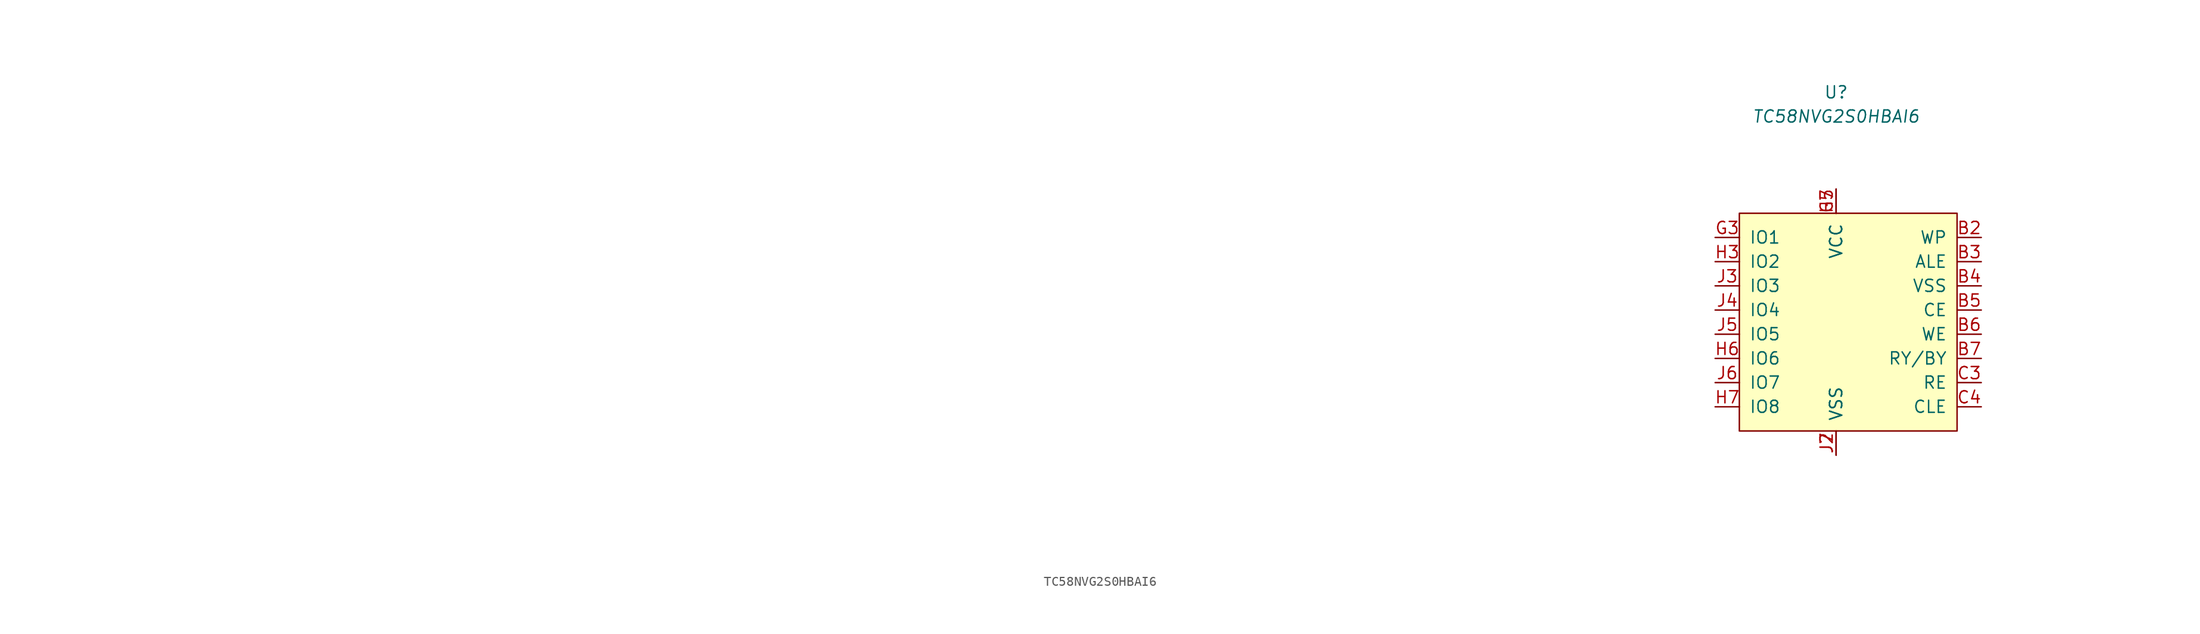
<source format=kicad_sym>
(kicad_symbol_lib
  (version 20231120)
  (generator "kicad_symbol_editor")
  (generator_version "8.0")
  (symbol "TC58NVG2S0HBAI6"
    (pin_names
      (offset 1.016))
    (property "Reference" "U"
      (at 0 22.86 0)
      (effects (font (size 1.27 1.27))))
    (property "Value" "TC58NVG2S0HBAI6"
      (at 0 20.32 0)
      (effects (font (size 1.27 1.27) (italic yes))))
    (symbol "TC58NVG2S0HBAI6_0_0"
      (pin no_connect line (at -170.18 -22.86 90) (length 2.54) hide (name "NC" (effects (font (size 1.27 1.27)))) (number "A2" (effects (font (size 1.27 1.27)))))
      (pin no_connect line (at -167.64 -22.86 90) (length 2.54) hide (name "NC" (effects (font (size 1.27 1.27)))) (number "A3" (effects (font (size 1.27 1.27)))))
      (pin no_connect line (at -165.1 -22.86 90) (length 2.54) hide (name "NC" (effects (font (size 1.27 1.27)))) (number "A6" (effects (font (size 1.27 1.27)))))
      (pin no_connect line (at -162.56 -22.86 90) (length 2.54) hide (name "NC" (effects (font (size 1.27 1.27)))) (number "A7" (effects (font (size 1.27 1.27)))))
      (pin no_connect line (at -160.02 -22.86 90) (length 2.54) hide (name "NC" (effects (font (size 1.27 1.27)))) (number "A8" (effects (font (size 1.27 1.27)))))
      (pin no_connect line (at -157.48 -22.86 90) (length 2.54) hide (name "NC" (effects (font (size 1.27 1.27)))) (number "B1" (effects (font (size 1.27 1.27)))))
      (pin input line (at 15.24 7.62 180) (length 2.54) (name "WP" (effects (font (size 1.27 1.27)))) (number "B2" (effects (font (size 1.27 1.27)))))
      (pin input line (at 15.24 5.08 180) (length 2.54) (name "ALE" (effects (font (size 1.27 1.27)))) (number "B3" (effects (font (size 1.27 1.27)))))
      (pin passive line (at 15.24 2.54 180) (length 2.54) (name "VSS" (effects (font (size 1.27 1.27)))) (number "B4" (effects (font (size 1.27 1.27)))))
      (pin input line (at 15.24 0 180) (length 2.54) (name "CE" (effects (font (size 1.27 1.27)))) (number "B5" (effects (font (size 1.27 1.27)))))
      (pin input line (at 15.24 -2.54 180) (length 2.54) (name "WE" (effects (font (size 1.27 1.27)))) (number "B6" (effects (font (size 1.27 1.27)))))
      (pin bidirectional line (at 15.24 -5.08 180) (length 2.54) (name "RY/BY" (effects (font (size 1.27 1.27)))) (number "B7" (effects (font (size 1.27 1.27)))))
      (pin no_connect line (at -154.94 -22.86 90) (length 2.54) hide (name "NC" (effects (font (size 1.27 1.27)))) (number "B8" (effects (font (size 1.27 1.27)))))
      (pin no_connect line (at -152.4 -22.86 90) (length 2.54) hide (name "NC" (effects (font (size 1.27 1.27)))) (number "C1" (effects (font (size 1.27 1.27)))))
      (pin no_connect line (at -149.86 -22.86 90) (length 2.54) hide (name "NC" (effects (font (size 1.27 1.27)))) (number "C2" (effects (font (size 1.27 1.27)))))
      (pin input line (at 15.24 -7.62 180) (length 2.54) (name "RE" (effects (font (size 1.27 1.27)))) (number "C3" (effects (font (size 1.27 1.27)))))
      (pin bidirectional line (at 15.24 -10.16 180) (length 2.54) (name "CLE" (effects (font (size 1.27 1.27)))) (number "C4" (effects (font (size 1.27 1.27)))))
      (pin no_connect line (at -147.32 -22.86 90) (length 2.54) hide (name "NC" (effects (font (size 1.27 1.27)))) (number "C5" (effects (font (size 1.27 1.27)))))
      (pin no_connect line (at -144.78 -22.86 90) (length 2.54) hide (name "NC" (effects (font (size 1.27 1.27)))) (number "C6" (effects (font (size 1.27 1.27)))))
      (pin no_connect line (at -142.24 -22.86 90) (length 2.54) hide (name "NC" (effects (font (size 1.27 1.27)))) (number "C7" (effects (font (size 1.27 1.27)))))
      (pin no_connect line (at -139.7 -22.86 90) (length 2.54) hide (name "NC" (effects (font (size 1.27 1.27)))) (number "C8" (effects (font (size 1.27 1.27)))))
      (pin no_connect line (at -137.16 -22.86 90) (length 2.54) hide (name "NC" (effects (font (size 1.27 1.27)))) (number "D2" (effects (font (size 1.27 1.27)))))
      (pin no_connect line (at -134.62 -22.86 90) (length 2.54) hide (name "NC" (effects (font (size 1.27 1.27)))) (number "D3" (effects (font (size 1.27 1.27)))))
      (pin no_connect line (at -132.08 -22.86 90) (length 2.54) hide (name "NC" (effects (font (size 1.27 1.27)))) (number "D4" (effects (font (size 1.27 1.27)))))
      (pin no_connect line (at -129.54 -22.86 90) (length 2.54) hide (name "NC" (effects (font (size 1.27 1.27)))) (number "D5" (effects (font (size 1.27 1.27)))))
      (pin no_connect line (at -127 -22.86 90) (length 2.54) hide (name "NC" (effects (font (size 1.27 1.27)))) (number "D6" (effects (font (size 1.27 1.27)))))
      (pin no_connect line (at -124.46 -22.86 90) (length 2.54) hide (name "NC" (effects (font (size 1.27 1.27)))) (number "D7" (effects (font (size 1.27 1.27)))))
      (pin no_connect line (at -121.92 -22.86 90) (length 2.54) hide (name "NC" (effects (font (size 1.27 1.27)))) (number "E2" (effects (font (size 1.27 1.27)))))
      (pin no_connect line (at -119.38 -22.86 90) (length 2.54) hide (name "NC" (effects (font (size 1.27 1.27)))) (number "E3" (effects (font (size 1.27 1.27)))))
      (pin no_connect line (at -116.84 -22.86 90) (length 2.54) hide (name "NC" (effects (font (size 1.27 1.27)))) (number "E4" (effects (font (size 1.27 1.27)))))
      (pin no_connect line (at -114.3 -22.86 90) (length 2.54) hide (name "NC" (effects (font (size 1.27 1.27)))) (number "E5" (effects (font (size 1.27 1.27)))))
      (pin no_connect line (at -111.76 -22.86 90) (length 2.54) hide (name "NC" (effects (font (size 1.27 1.27)))) (number "E6" (effects (font (size 1.27 1.27)))))
      (pin no_connect line (at -109.22 -22.86 90) (length 2.54) hide (name "NC" (effects (font (size 1.27 1.27)))) (number "E7" (effects (font (size 1.27 1.27)))))
      (pin no_connect line (at -106.68 -22.86 90) (length 2.54) hide (name "NC" (effects (font (size 1.27 1.27)))) (number "G2" (effects (font (size 1.27 1.27)))))
      (pin bidirectional line (at -12.7 7.62 0) (length 2.54) (name "IO1" (effects (font (size 1.27 1.27)))) (number "G3" (effects (font (size 1.27 1.27)))))
      (pin no_connect line (at -104.14 -22.86 90) (length 2.54) hide (name "NC" (effects (font (size 1.27 1.27)))) (number "G4" (effects (font (size 1.27 1.27)))))
      (pin no_connect line (at -101.6 -22.86 90) (length 2.54) hide (name "NC" (effects (font (size 1.27 1.27)))) (number "G5" (effects (font (size 1.27 1.27)))))
      (pin no_connect line (at -99.06 -22.86 90) (length 2.54) hide (name "NC" (effects (font (size 1.27 1.27)))) (number "G6" (effects (font (size 1.27 1.27)))))
      (pin passive line (at 0 12.7 270) (length 2.54) (name "VCC" (effects (font (size 1.27 1.27)))) (number "G7" (effects (font (size 1.27 1.27)))))
      (pin no_connect line (at -96.52 -22.86 90) (length 2.54) hide (name "NC" (effects (font (size 1.27 1.27)))) (number "H1" (effects (font (size 1.27 1.27)))))
      (pin no_connect line (at -93.98 -22.86 90) (length 2.54) hide (name "NC" (effects (font (size 1.27 1.27)))) (number "H2" (effects (font (size 1.27 1.27)))))
      (pin bidirectional line (at -12.7 5.08 0) (length 2.54) (name "IO2" (effects (font (size 1.27 1.27)))) (number "H3" (effects (font (size 1.27 1.27)))))
      (pin no_connect line (at -91.44 -22.86 90) (length 2.54) hide (name "NC" (effects (font (size 1.27 1.27)))) (number "H4" (effects (font (size 1.27 1.27)))))
      (pin passive line (at 0 12.7 270) (length 2.54) (name "VCC" (effects (font (size 1.27 1.27)))) (number "H5" (effects (font (size 1.27 1.27)))))
      (pin bidirectional line (at -12.7 -5.08 0) (length 2.54) (name "IO6" (effects (font (size 1.27 1.27)))) (number "H6" (effects (font (size 1.27 1.27)))))
      (pin bidirectional line (at -12.7 -10.16 0) (length 2.54) (name "IO8" (effects (font (size 1.27 1.27)))) (number "H7" (effects (font (size 1.27 1.27)))))
      (pin no_connect line (at -88.9 -22.86 90) (length 2.54) hide (name "NC" (effects (font (size 1.27 1.27)))) (number "H8" (effects (font (size 1.27 1.27)))))
      (pin no_connect line (at -86.36 -22.86 90) (length 2.54) hide (name "NC" (effects (font (size 1.27 1.27)))) (number "J1" (effects (font (size 1.27 1.27)))))
      (pin passive line (at 0 -15.24 90) (length 2.54) (name "VSS" (effects (font (size 1.27 1.27)))) (number "J2" (effects (font (size 1.27 1.27)))))
      (pin bidirectional line (at -12.7 2.54 0) (length 2.54) (name "IO3" (effects (font (size 1.27 1.27)))) (number "J3" (effects (font (size 1.27 1.27)))))
      (pin bidirectional line (at -12.7 0 0) (length 2.54) (name "IO4" (effects (font (size 1.27 1.27)))) (number "J4" (effects (font (size 1.27 1.27)))))
      (pin bidirectional line (at -12.7 -2.54 0) (length 2.54) (name "IO5" (effects (font (size 1.27 1.27)))) (number "J5" (effects (font (size 1.27 1.27)))))
      (pin bidirectional line (at -12.7 -7.62 0) (length 2.54) (name "IO7" (effects (font (size 1.27 1.27)))) (number "J6" (effects (font (size 1.27 1.27)))))
      (pin passive line (at 0 -15.24 90) (length 2.54) (name "VSS" (effects (font (size 1.27 1.27)))) (number "J7" (effects (font (size 1.27 1.27)))))
      (pin no_connect line (at -83.82 -22.86 90) (length 2.54) hide (name "NC" (effects (font (size 1.27 1.27)))) (number "J8" (effects (font (size 1.27 1.27)))))
      (pin no_connect line (at -81.28 -22.86 90) (length 2.54) hide (name "NC" (effects (font (size 1.27 1.27)))) (number "K1" (effects (font (size 1.27 1.27)))))
      (pin no_connect line (at -78.74 -22.86 90) (length 2.54) hide (name "NC" (effects (font (size 1.27 1.27)))) (number "K2" (effects (font (size 1.27 1.27)))))
      (pin no_connect line (at -76.2 -22.86 90) (length 2.54) hide (name "NC" (effects (font (size 1.27 1.27)))) (number "K3" (effects (font (size 1.27 1.27)))))
      (pin no_connect line (at -73.66 -22.86 90) (length 2.54) hide (name "NC" (effects (font (size 1.27 1.27)))) (number "K6" (effects (font (size 1.27 1.27)))))
      (pin no_connect line (at -71.12 -22.86 90) (length 2.54) hide (name "NC" (effects (font (size 1.27 1.27)))) (number "K7" (effects (font (size 1.27 1.27)))))
      (pin no_connect line (at -68.58 -22.86 90) (length 2.54) hide (name "NC" (effects (font (size 1.27 1.27)))) (number "K8" (effects (font (size 1.27 1.27))))))
    (symbol "TC58NVG2S0HBAI6_0_1"
      (rectangle (start -10.16 10.16) (end 12.7 -12.7) (stroke (width 0) (type solid)) (fill (type background))))))
</source>
